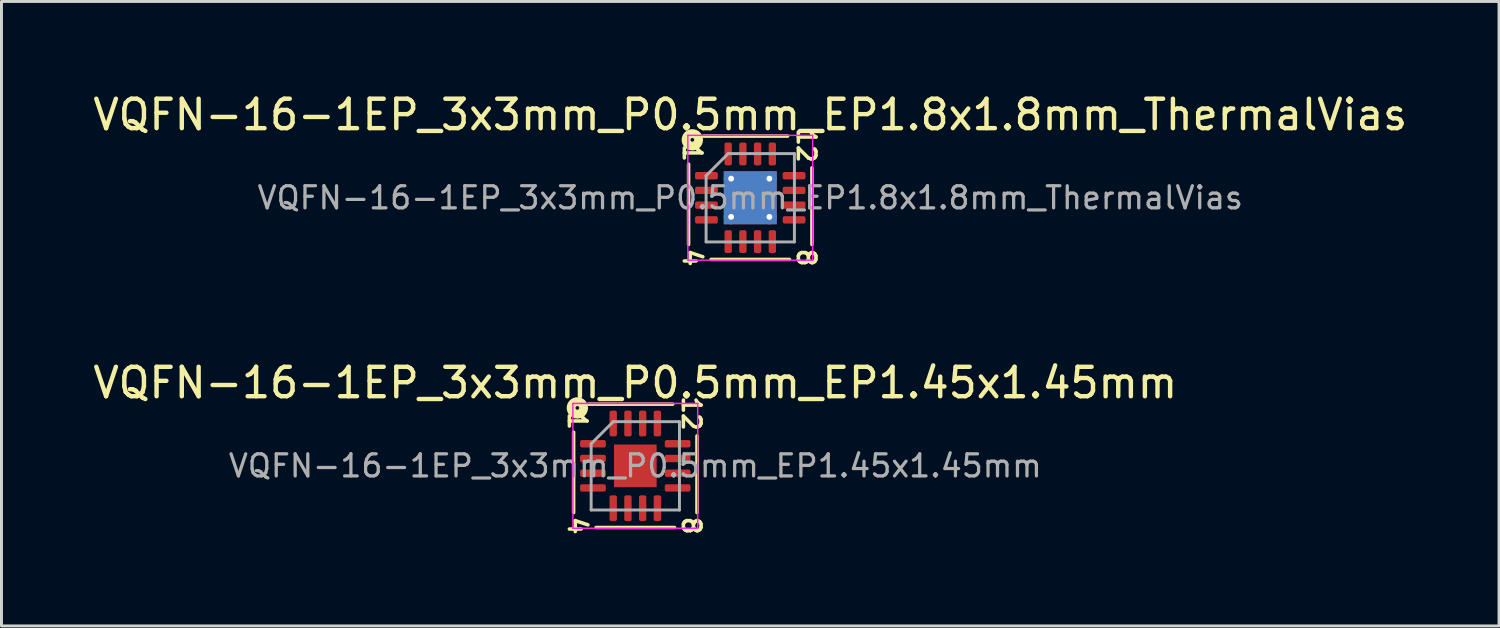
<source format=kicad_pcb>
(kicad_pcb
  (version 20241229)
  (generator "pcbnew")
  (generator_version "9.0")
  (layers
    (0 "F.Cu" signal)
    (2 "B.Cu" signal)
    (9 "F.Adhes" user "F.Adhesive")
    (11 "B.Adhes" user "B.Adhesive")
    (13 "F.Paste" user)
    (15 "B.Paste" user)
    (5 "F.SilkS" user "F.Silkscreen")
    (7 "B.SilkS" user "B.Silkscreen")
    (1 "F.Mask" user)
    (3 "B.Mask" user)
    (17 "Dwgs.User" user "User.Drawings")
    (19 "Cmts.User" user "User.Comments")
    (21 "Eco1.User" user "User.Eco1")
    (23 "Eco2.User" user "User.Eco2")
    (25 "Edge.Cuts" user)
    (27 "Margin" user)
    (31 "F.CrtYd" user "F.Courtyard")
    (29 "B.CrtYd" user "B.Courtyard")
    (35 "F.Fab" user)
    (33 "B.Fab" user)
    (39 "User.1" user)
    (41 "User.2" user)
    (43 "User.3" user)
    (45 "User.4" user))
  (footprint "VQFN-16-1EP_3x3mm_P0.5mm_EP1.45x1.45mm"
    (layer "F.Cu")
    (at 18.53 12.774)
    (property "Reference" "VQFN-16-1EP_3x3mm_P0.5mm_EP1.45x1.45mm" (at 0 -2.82 0) (layer "F.SilkS") (effects (font (size 1 1) (thickness 0.15))))
    (attr smd)
    (fp_line (start -2.095 1.587) (end -2.095 -1.143) (stroke (width 0.12) (type solid)) (layer "F.SilkS"))
    (fp_line (start -1.587 -2.095) (end 1.27 -2.095) (stroke (width 0.12) (type solid)) (layer "F.SilkS"))
    (fp_line (start 1.333 2.095) (end -1.333 2.095) (stroke (width 0.12) (type solid)) (layer "F.SilkS"))
    (fp_line (start 2.095 -1.016) (end 2.095 1.587) (stroke (width 0.12) (type solid)) (layer "F.SilkS"))
    (fp_circle (center -1.968 -1.968) (end -1.905 -1.968) (stroke (width 0.3) (type solid)) (fill no) (layer "F.SilkS"))
    (fp_line (start -2.12 -2.12) (end -2.12 2.12) (stroke (width 0.05) (type solid)) (layer "F.CrtYd"))
    (fp_line (start -2.12 2.12) (end 2.12 2.12) (stroke (width 0.05) (type solid)) (layer "F.CrtYd"))
    (fp_line (start 2.12 -2.12) (end -2.12 -2.12) (stroke (width 0.05) (type solid)) (layer "F.CrtYd"))
    (fp_line (start 2.12 2.12) (end 2.12 -2.12) (stroke (width 0.05) (type solid)) (layer "F.CrtYd"))
    (fp_line (start -1.5 -0.75) (end -0.75 -1.5) (stroke (width 0.1) (type solid)) (layer "F.Fab"))
    (fp_line (start -1.5 1.5) (end -1.5 -0.75) (stroke (width 0.1) (type solid)) (layer "F.Fab"))
    (fp_line (start -0.75 -1.5) (end 1.5 -1.5) (stroke (width 0.1) (type solid)) (layer "F.Fab"))
    (fp_line (start 1.5 -1.5) (end 1.5 1.5) (stroke (width 0.1) (type solid)) (layer "F.Fab"))
    (fp_line (start 1.5 1.5) (end -1.5 1.5) (stroke (width 0.1) (type solid)) (layer "F.Fab"))
    (fp_text user "12" (at 1.905 -1.778 270) (unlocked yes) (layer "F.SilkS") (effects (font (size 0.6 0.6) (thickness 0.12))))
    (fp_text user "4" (at -1.968 2.032 270) (unlocked yes) (layer "F.SilkS") (effects (font (size 0.6 0.6) (thickness 0.12))))
    (fp_text user "8" (at 1.905 2.032 270) (unlocked yes) (layer "F.SilkS") (effects (font (size 0.6 0.6) (thickness 0.12))))
    (fp_text user "1" (at -1.968 -1.524 270) (unlocked yes) (layer "F.SilkS") (effects (font (size 0.6 0.6) (thickness 0.12))))
    (fp_text user "${REFERENCE}" (at 0 0 0) (layer "F.Fab") (effects (font (size 0.75 0.75) (thickness 0.11))))
    (pad "" smd roundrect (at -0.36 -0.36) (size 0.58 0.58) (layers "F.Paste") (roundrect_rratio 0.25))
    (pad "" smd roundrect (at -0.36 0.36) (size 0.58 0.58) (layers "F.Paste") (roundrect_rratio 0.25))
    (pad "" smd roundrect (at 0.36 -0.36) (size 0.58 0.58) (layers "F.Paste") (roundrect_rratio 0.25))
    (pad "" smd roundrect (at 0.36 0.36) (size 0.58 0.58) (layers "F.Paste") (roundrect_rratio 0.25))
    (pad "1" smd roundrect (at -1.438 -0.75) (size 0.875 0.25) (layers "F.Cu" "F.Mask" "F.Paste") (roundrect_rratio 0.25))
    (pad "2" smd roundrect (at -1.438 -0.25) (size 0.875 0.25) (layers "F.Cu" "F.Mask" "F.Paste") (roundrect_rratio 0.25))
    (pad "3" smd roundrect (at -1.438 0.25) (size 0.875 0.25) (layers "F.Cu" "F.Mask" "F.Paste") (roundrect_rratio 0.25))
    (pad "4" smd roundrect (at -1.438 0.75) (size 0.875 0.25) (layers "F.Cu" "F.Mask" "F.Paste") (roundrect_rratio 0.25))
    (pad "5" smd roundrect (at -0.75 1.438) (size 0.25 0.875) (layers "F.Cu" "F.Mask" "F.Paste") (roundrect_rratio 0.25))
    (pad "6" smd roundrect (at -0.25 1.438) (size 0.25 0.875) (layers "F.Cu" "F.Mask" "F.Paste") (roundrect_rratio 0.25))
    (pad "7" smd roundrect (at 0.25 1.438) (size 0.25 0.875) (layers "F.Cu" "F.Mask" "F.Paste") (roundrect_rratio 0.25))
    (pad "8" smd roundrect (at 0.75 1.438) (size 0.25 0.875) (layers "F.Cu" "F.Mask" "F.Paste") (roundrect_rratio 0.25))
    (pad "9" smd roundrect (at 1.438 0.75) (size 0.875 0.25) (layers "F.Cu" "F.Mask" "F.Paste") (roundrect_rratio 0.25))
    (pad "10" smd roundrect (at 1.438 0.25) (size 0.875 0.25) (layers "F.Cu" "F.Mask" "F.Paste") (roundrect_rratio 0.25))
    (pad "11" smd roundrect (at 1.438 -0.25) (size 0.875 0.25) (layers "F.Cu" "F.Mask" "F.Paste") (roundrect_rratio 0.25))
    (pad "12" smd roundrect (at 1.438 -0.75) (size 0.875 0.25) (layers "F.Cu" "F.Mask" "F.Paste") (roundrect_rratio 0.25))
    (pad "13" smd roundrect (at 0.75 -1.438) (size 0.25 0.875) (layers "F.Cu" "F.Mask" "F.Paste") (roundrect_rratio 0.25))
    (pad "14" smd roundrect (at 0.25 -1.438) (size 0.25 0.875) (layers "F.Cu" "F.Mask" "F.Paste") (roundrect_rratio 0.25))
    (pad "15" smd roundrect (at -0.25 -1.438) (size 0.25 0.875) (layers "F.Cu" "F.Mask" "F.Paste") (roundrect_rratio 0.25))
    (pad "16" smd roundrect (at -0.75 -1.438) (size 0.25 0.875) (layers "F.Cu" "F.Mask" "F.Paste") (roundrect_rratio 0.25))
    (pad "17" smd rect (at 0 0) (size 1.45 1.45) (layers "F.Cu" "F.Mask")))
  (footprint "VQFN-16-1EP_3x3mm_P0.5mm_EP1.8x1.8mm_ThermalVias"
    (layer "F.Cu")
    (at 22.435 3.668)
    (property "Reference" "VQFN-16-1EP_3x3mm_P0.5mm_EP1.8x1.8mm_ThermalVias" (at 0 -2.82 0) (layer "F.SilkS") (effects (font (size 1 1) (thickness 0.15))))
    (attr smd)
    (fp_line (start -2.095 1.587) (end -2.095 -1.143) (stroke (width 0.12) (type solid)) (layer "F.SilkS"))
    (fp_line (start -1.587 -2.095) (end 1.27 -2.095) (stroke (width 0.12) (type solid)) (layer "F.SilkS"))
    (fp_line (start 1.333 2.095) (end -1.333 2.095) (stroke (width 0.12) (type solid)) (layer "F.SilkS"))
    (fp_line (start 2.095 -1.016) (end 2.095 1.587) (stroke (width 0.12) (type solid)) (layer "F.SilkS"))
    (fp_circle (center -1.968 -1.968) (end -1.905 -1.968) (stroke (width 0.3) (type solid)) (fill no) (layer "F.SilkS"))
    (fp_line (start -2.12 -2.12) (end -2.12 2.12) (stroke (width 0.05) (type solid)) (layer "F.CrtYd"))
    (fp_line (start -2.12 2.12) (end 2.12 2.12) (stroke (width 0.05) (type solid)) (layer "F.CrtYd"))
    (fp_line (start 2.12 -2.12) (end -2.12 -2.12) (stroke (width 0.05) (type solid)) (layer "F.CrtYd"))
    (fp_line (start 2.12 2.12) (end 2.12 -2.12) (stroke (width 0.05) (type solid)) (layer "F.CrtYd"))
    (fp_line (start -1.5 -0.75) (end -0.75 -1.5) (stroke (width 0.1) (type solid)) (layer "F.Fab"))
    (fp_line (start -1.5 1.5) (end -1.5 -0.75) (stroke (width 0.1) (type solid)) (layer "F.Fab"))
    (fp_line (start -0.75 -1.5) (end 1.5 -1.5) (stroke (width 0.1) (type solid)) (layer "F.Fab"))
    (fp_line (start 1.5 -1.5) (end 1.5 1.5) (stroke (width 0.1) (type solid)) (layer "F.Fab"))
    (fp_line (start 1.5 1.5) (end -1.5 1.5) (stroke (width 0.1) (type solid)) (layer "F.Fab"))
    (fp_text user "1" (at -1.968 -1.524 270) (unlocked yes) (layer "F.SilkS") (effects (font (size 0.6 0.6) (thickness 0.12))))
    (fp_text user "8" (at 1.905 2.032 270) (unlocked yes) (layer "F.SilkS") (effects (font (size 0.6 0.6) (thickness 0.12))))
    (fp_text user "12" (at 1.905 -1.778 270) (unlocked yes) (layer "F.SilkS") (effects (font (size 0.6 0.6) (thickness 0.12))))
    (fp_text user "4" (at -1.968 2.032 270) (unlocked yes) (layer "F.SilkS") (effects (font (size 0.6 0.6) (thickness 0.12))))
    (fp_text user "${REFERENCE}" (at 0 0 0) (layer "F.Fab") (effects (font (size 0.75 0.75) (thickness 0.11))))
    (pad "" smd roundrect (at -0.45 -0.45) (size 0.78 0.78) (layers "F.Paste") (roundrect_rratio 0.25))
    (pad "" smd roundrect (at -0.45 0.45) (size 0.78 0.78) (layers "F.Paste") (roundrect_rratio 0.25))
    (pad "" smd roundrect (at 0.45 -0.45) (size 0.78 0.78) (layers "F.Paste") (roundrect_rratio 0.25))
    (pad "" smd roundrect (at 0.45 0.45) (size 0.78 0.78) (layers "F.Paste") (roundrect_rratio 0.25))
    (pad "1" smd roundrect (at -1.488 -0.75) (size 0.775 0.25) (layers "F.Cu" "F.Mask" "F.Paste") (roundrect_rratio 0.25))
    (pad "2" smd roundrect (at -1.488 -0.25) (size 0.775 0.25) (layers "F.Cu" "F.Mask" "F.Paste") (roundrect_rratio 0.25))
    (pad "3" smd roundrect (at -1.488 0.25) (size 0.775 0.25) (layers "F.Cu" "F.Mask" "F.Paste") (roundrect_rratio 0.25))
    (pad "4" smd roundrect (at -1.488 0.75) (size 0.775 0.25) (layers "F.Cu" "F.Mask" "F.Paste") (roundrect_rratio 0.25))
    (pad "5" smd roundrect (at -0.75 1.488) (size 0.25 0.775) (layers "F.Cu" "F.Mask" "F.Paste") (roundrect_rratio 0.25))
    (pad "6" smd roundrect (at -0.25 1.488) (size 0.25 0.775) (layers "F.Cu" "F.Mask" "F.Paste") (roundrect_rratio 0.25))
    (pad "7" smd roundrect (at 0.25 1.488) (size 0.25 0.775) (layers "F.Cu" "F.Mask" "F.Paste") (roundrect_rratio 0.25))
    (pad "8" smd roundrect (at 0.75 1.488) (size 0.25 0.775) (layers "F.Cu" "F.Mask" "F.Paste") (roundrect_rratio 0.25))
    (pad "9" smd roundrect (at 1.488 0.75) (size 0.775 0.25) (layers "F.Cu" "F.Mask" "F.Paste") (roundrect_rratio 0.25))
    (pad "10" smd roundrect (at 1.488 0.25) (size 0.775 0.25) (layers "F.Cu" "F.Mask" "F.Paste") (roundrect_rratio 0.25))
    (pad "11" smd roundrect (at 1.488 -0.25) (size 0.775 0.25) (layers "F.Cu" "F.Mask" "F.Paste") (roundrect_rratio 0.25))
    (pad "12" smd roundrect (at 1.488 -0.75) (size 0.775 0.25) (layers "F.Cu" "F.Mask" "F.Paste") (roundrect_rratio 0.25))
    (pad "13" smd roundrect (at 0.75 -1.488) (size 0.25 0.775) (layers "F.Cu" "F.Mask" "F.Paste") (roundrect_rratio 0.25))
    (pad "14" smd roundrect (at 0.25 -1.488) (size 0.25 0.775) (layers "F.Cu" "F.Mask" "F.Paste") (roundrect_rratio 0.25))
    (pad "15" smd roundrect (at -0.25 -1.488) (size 0.25 0.775) (layers "F.Cu" "F.Mask" "F.Paste") (roundrect_rratio 0.25))
    (pad "16" smd roundrect (at -0.75 -1.488) (size 0.25 0.775) (layers "F.Cu" "F.Mask" "F.Paste") (roundrect_rratio 0.25))
    (pad "17" thru_hole circle (at -0.65 -0.65) (size 0.5 0.5) (drill 0.2) (layers "*.Cu"))
    (pad "17" thru_hole circle (at -0.65 0.65) (size 0.5 0.5) (drill 0.2) (layers "*.Cu"))
    (pad "17" smd rect (at 0 0) (size 1.8 1.8) (layers "F.Cu" "F.Mask"))
    (pad "17" smd rect (at 0 0) (size 1.8 1.8) (layers "B.Cu" "B.Mask"))
    (pad "17" thru_hole circle (at 0.65 -0.65) (size 0.5 0.5) (drill 0.2) (layers "*.Cu"))
    (pad "17" thru_hole circle (at 0.65 0.65) (size 0.5 0.5) (drill 0.2) (layers "*.Cu")))
  (gr_rect
    (start -3 -3)
    (end 47.869 18.212)
    (stroke (width 0.1) (type default))
    (fill no)
    (layer "Edge.Cuts")))
</source>
